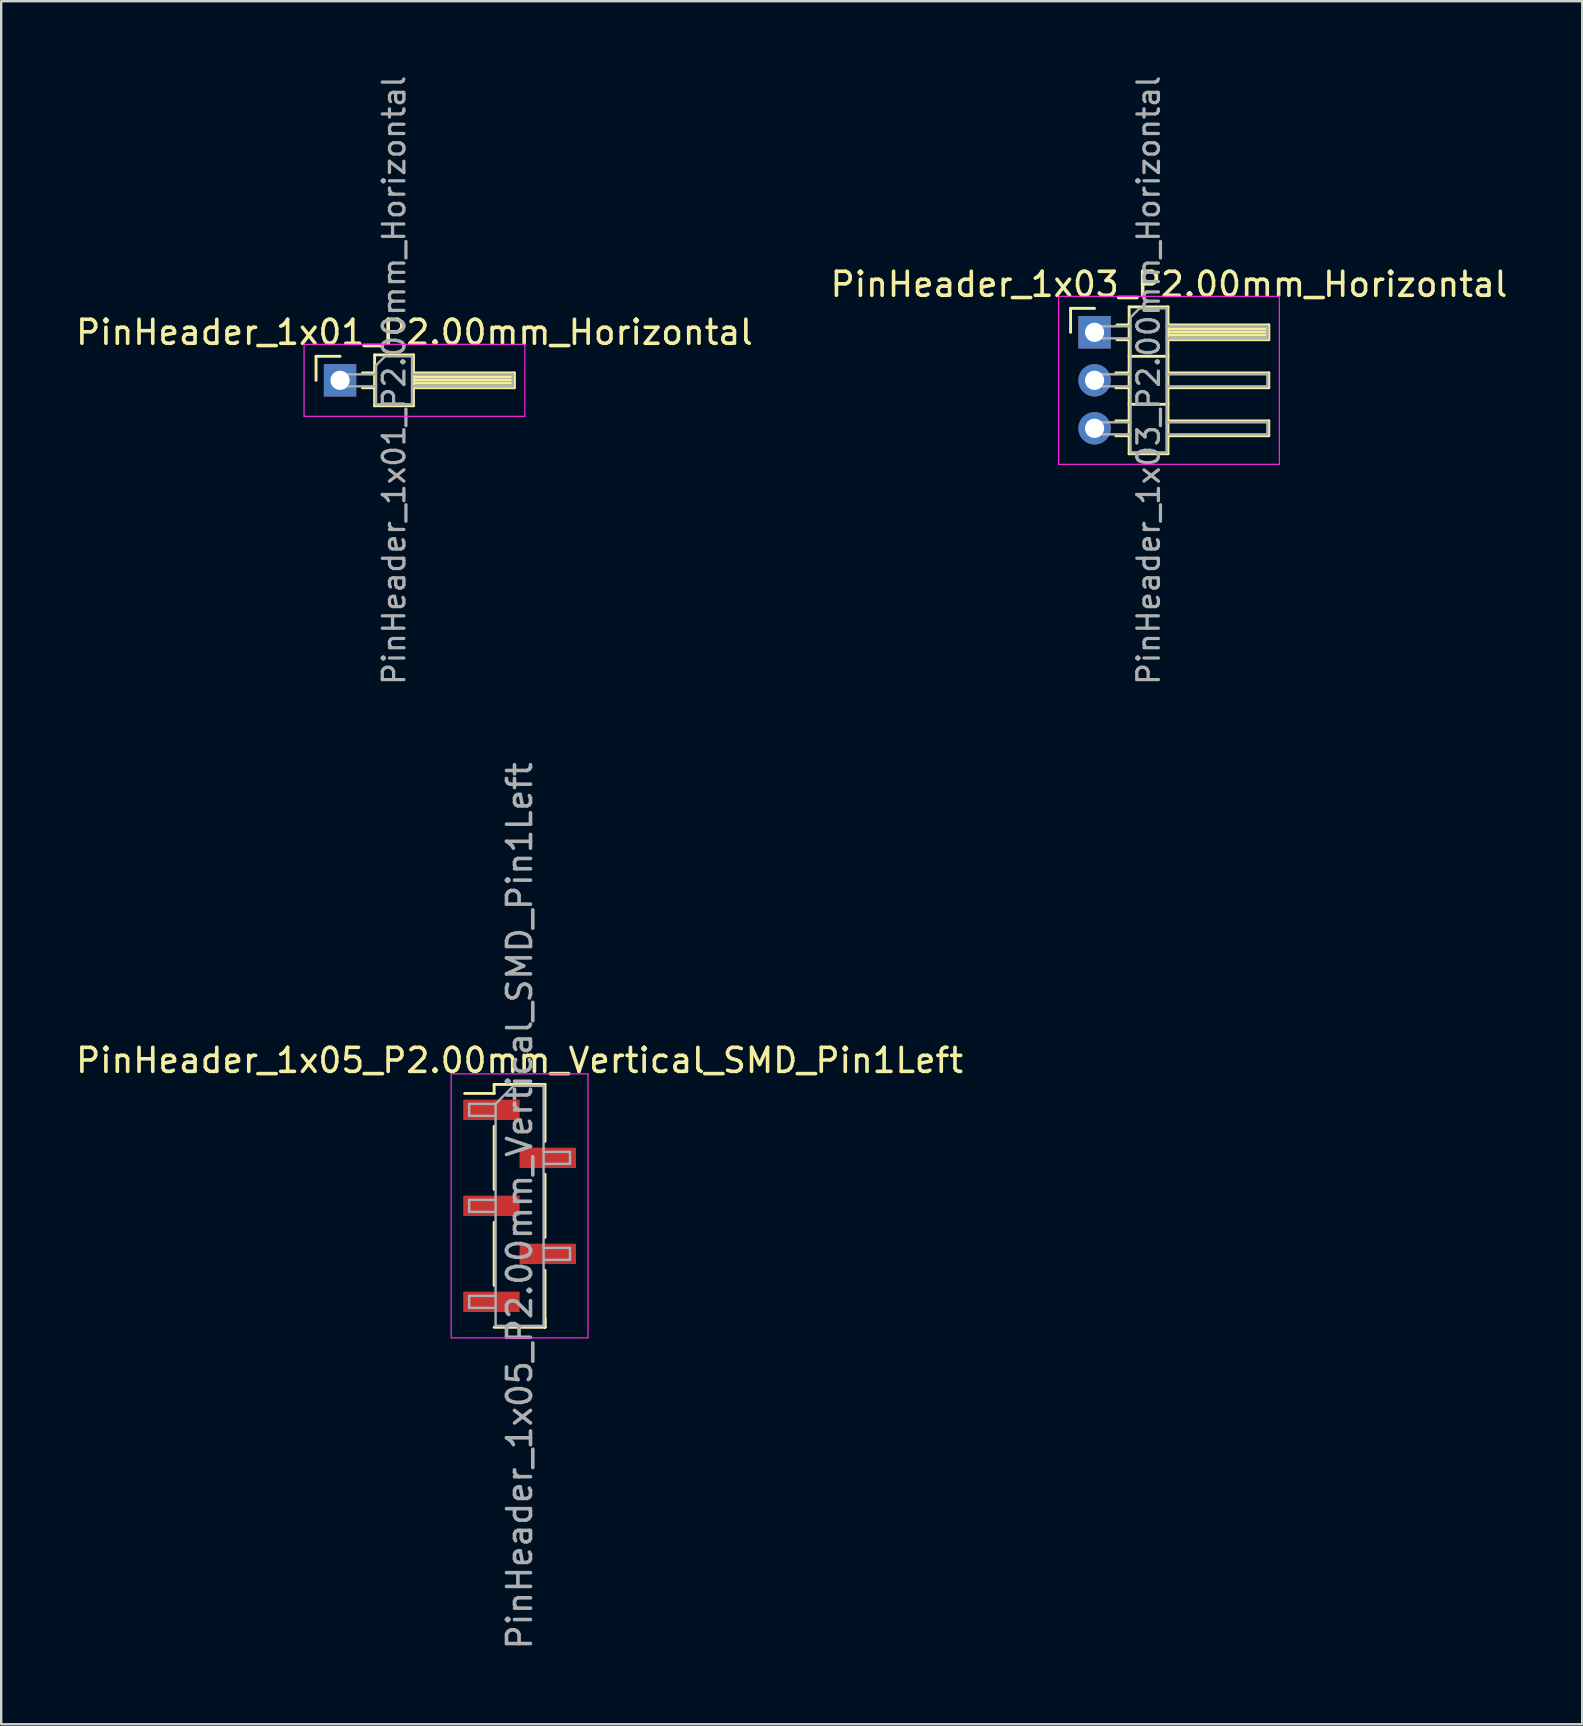
<source format=kicad_pcb>
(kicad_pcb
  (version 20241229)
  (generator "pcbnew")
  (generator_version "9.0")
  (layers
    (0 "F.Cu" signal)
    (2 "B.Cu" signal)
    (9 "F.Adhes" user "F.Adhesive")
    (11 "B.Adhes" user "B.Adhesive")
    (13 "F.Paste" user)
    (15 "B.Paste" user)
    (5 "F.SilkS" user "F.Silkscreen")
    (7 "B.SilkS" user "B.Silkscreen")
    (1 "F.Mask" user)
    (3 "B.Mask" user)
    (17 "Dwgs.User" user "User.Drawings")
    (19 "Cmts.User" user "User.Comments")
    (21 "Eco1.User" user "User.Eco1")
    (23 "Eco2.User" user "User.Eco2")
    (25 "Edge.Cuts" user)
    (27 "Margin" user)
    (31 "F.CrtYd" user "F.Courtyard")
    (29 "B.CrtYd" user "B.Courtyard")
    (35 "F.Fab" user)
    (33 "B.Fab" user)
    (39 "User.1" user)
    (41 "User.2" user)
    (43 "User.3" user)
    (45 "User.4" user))
  (footprint "PinHeader_1x01_P2.00mm_Horizontal"
    (layer "F.Cu")
    (at 11.12 12.798)
    (property "Reference" "PinHeader_1x01_P2.00mm_Horizontal" (at 3.1 -2 0) (layer "F.SilkS") (effects (font (size 1 1) (thickness 0.15))))
    (attr through_hole)
    (fp_line (start -1 -1) (end 0 -1) (stroke (width 0.12) (type solid)) (layer "F.SilkS"))
    (fp_line (start -1 0) (end -1 -1) (stroke (width 0.12) (type solid)) (layer "F.SilkS"))
    (fp_line (start 0.935 -0.31) (end 1.44 -0.31) (stroke (width 0.12) (type solid)) (layer "F.SilkS"))
    (fp_line (start 0.935 0.31) (end 1.44 0.31) (stroke (width 0.12) (type solid)) (layer "F.SilkS"))
    (fp_line (start 1.44 -1.06) (end 1.44 1.06) (stroke (width 0.12) (type solid)) (layer "F.SilkS"))
    (fp_line (start 1.44 1.06) (end 3.06 1.06) (stroke (width 0.12) (type solid)) (layer "F.SilkS"))
    (fp_line (start 3.06 -1.06) (end 1.44 -1.06) (stroke (width 0.12) (type solid)) (layer "F.SilkS"))
    (fp_line (start 3.06 -0.31) (end 7.26 -0.31) (stroke (width 0.12) (type solid)) (layer "F.SilkS"))
    (fp_line (start 3.06 -0.25) (end 7.26 -0.25) (stroke (width 0.12) (type solid)) (layer "F.SilkS"))
    (fp_line (start 3.06 -0.13) (end 7.26 -0.13) (stroke (width 0.12) (type solid)) (layer "F.SilkS"))
    (fp_line (start 3.06 -0.01) (end 7.26 -0.01) (stroke (width 0.12) (type solid)) (layer "F.SilkS"))
    (fp_line (start 3.06 0.11) (end 7.26 0.11) (stroke (width 0.12) (type solid)) (layer "F.SilkS"))
    (fp_line (start 3.06 0.23) (end 7.26 0.23) (stroke (width 0.12) (type solid)) (layer "F.SilkS"))
    (fp_line (start 3.06 1.06) (end 3.06 -1.06) (stroke (width 0.12) (type solid)) (layer "F.SilkS"))
    (fp_line (start 7.26 -0.31) (end 7.26 0.31) (stroke (width 0.12) (type solid)) (layer "F.SilkS"))
    (fp_line (start 7.26 0.31) (end 3.06 0.31) (stroke (width 0.12) (type solid)) (layer "F.SilkS"))
    (fp_line (start -1.5 -1.5) (end -1.5 1.5) (stroke (width 0.05) (type solid)) (layer "F.CrtYd"))
    (fp_line (start -1.5 1.5) (end 7.7 1.5) (stroke (width 0.05) (type solid)) (layer "F.CrtYd"))
    (fp_line (start 7.7 -1.5) (end -1.5 -1.5) (stroke (width 0.05) (type solid)) (layer "F.CrtYd"))
    (fp_line (start 7.7 1.5) (end 7.7 -1.5) (stroke (width 0.05) (type solid)) (layer "F.CrtYd"))
    (fp_line (start -0.25 -0.25) (end -0.25 0.25) (stroke (width 0.1) (type solid)) (layer "F.Fab"))
    (fp_line (start -0.25 -0.25) (end 1.5 -0.25) (stroke (width 0.1) (type solid)) (layer "F.Fab"))
    (fp_line (start -0.25 0.25) (end 1.5 0.25) (stroke (width 0.1) (type solid)) (layer "F.Fab"))
    (fp_line (start 1.5 -0.625) (end 1.875 -1) (stroke (width 0.1) (type solid)) (layer "F.Fab"))
    (fp_line (start 1.5 1) (end 1.5 -0.625) (stroke (width 0.1) (type solid)) (layer "F.Fab"))
    (fp_line (start 1.875 -1) (end 3 -1) (stroke (width 0.1) (type solid)) (layer "F.Fab"))
    (fp_line (start 3 -1) (end 3 1) (stroke (width 0.1) (type solid)) (layer "F.Fab"))
    (fp_line (start 3 -0.25) (end 7.2 -0.25) (stroke (width 0.1) (type solid)) (layer "F.Fab"))
    (fp_line (start 3 0.25) (end 7.2 0.25) (stroke (width 0.1) (type solid)) (layer "F.Fab"))
    (fp_line (start 3 1) (end 1.5 1) (stroke (width 0.1) (type solid)) (layer "F.Fab"))
    (fp_line (start 7.2 -0.25) (end 7.2 0.25) (stroke (width 0.1) (type solid)) (layer "F.Fab"))
    (fp_text user "${REFERENCE}" (at 2.25 0 90) (layer "F.Fab") (effects (font (size 0.9 0.9) (thickness 0.135))))
    (pad "1" thru_hole rect (at 0 0) (size 1.35 1.35) (drill 0.8) (layers "*.Cu" "*.Mask")))
  (footprint "PinHeader_1x05_P2.00mm_Vertical_SMD_Pin1Left"
    (layer "F.Cu")
    (at 18.601 47.198)
    (property "Reference" "PinHeader_1x05_P2.00mm_Vertical_SMD_Pin1Left" (at 0 -6.06 0) (layer "F.SilkS") (effects (font (size 1 1) (thickness 0.15))))
    (attr smd)
    (fp_line (start -1.06 -5.06) (end -1.06 -4.685) (stroke (width 0.12) (type solid)) (layer "F.SilkS"))
    (fp_line (start -1.06 -5.06) (end 1.06 -5.06) (stroke (width 0.12) (type solid)) (layer "F.SilkS"))
    (fp_line (start -1.06 -4.685) (end -2.29 -4.685) (stroke (width 0.12) (type solid)) (layer "F.SilkS"))
    (fp_line (start -1.06 -3.315) (end -1.06 -0.685) (stroke (width 0.12) (type solid)) (layer "F.SilkS"))
    (fp_line (start -1.06 0.685) (end -1.06 3.315) (stroke (width 0.12) (type solid)) (layer "F.SilkS"))
    (fp_line (start -1.06 5.06) (end 1.06 5.06) (stroke (width 0.12) (type solid)) (layer "F.SilkS"))
    (fp_line (start 1.06 -5.06) (end 1.06 -2.685) (stroke (width 0.12) (type solid)) (layer "F.SilkS"))
    (fp_line (start 1.06 -1.315) (end 1.06 1.315) (stroke (width 0.12) (type solid)) (layer "F.SilkS"))
    (fp_line (start 1.06 2.685) (end 1.06 5.06) (stroke (width 0.12) (type solid)) (layer "F.SilkS"))
    (fp_line (start 1.06 4.685) (end 1.06 5.06) (stroke (width 0.12) (type solid)) (layer "F.SilkS"))
    (fp_line (start -2.85 -5.5) (end -2.85 5.5) (stroke (width 0.05) (type solid)) (layer "F.CrtYd"))
    (fp_line (start -2.85 5.5) (end 2.85 5.5) (stroke (width 0.05) (type solid)) (layer "F.CrtYd"))
    (fp_line (start 2.85 -5.5) (end -2.85 -5.5) (stroke (width 0.05) (type solid)) (layer "F.CrtYd"))
    (fp_line (start 2.85 5.5) (end 2.85 -5.5) (stroke (width 0.05) (type solid)) (layer "F.CrtYd"))
    (fp_line (start -2.1 -4.25) (end -2.1 -3.75) (stroke (width 0.1) (type solid)) (layer "F.Fab"))
    (fp_line (start -2.1 -3.75) (end -1 -3.75) (stroke (width 0.1) (type solid)) (layer "F.Fab"))
    (fp_line (start -2.1 -0.25) (end -2.1 0.25) (stroke (width 0.1) (type solid)) (layer "F.Fab"))
    (fp_line (start -2.1 0.25) (end -1 0.25) (stroke (width 0.1) (type solid)) (layer "F.Fab"))
    (fp_line (start -2.1 3.75) (end -2.1 4.25) (stroke (width 0.1) (type solid)) (layer "F.Fab"))
    (fp_line (start -2.1 4.25) (end -1 4.25) (stroke (width 0.1) (type solid)) (layer "F.Fab"))
    (fp_line (start -1 -4.25) (end -2.1 -4.25) (stroke (width 0.1) (type solid)) (layer "F.Fab"))
    (fp_line (start -1 -4.25) (end -0.25 -5) (stroke (width 0.1) (type solid)) (layer "F.Fab"))
    (fp_line (start -1 -0.25) (end -2.1 -0.25) (stroke (width 0.1) (type solid)) (layer "F.Fab"))
    (fp_line (start -1 3.75) (end -2.1 3.75) (stroke (width 0.1) (type solid)) (layer "F.Fab"))
    (fp_line (start -1 5) (end -1 -4.25) (stroke (width 0.1) (type solid)) (layer "F.Fab"))
    (fp_line (start -0.25 -5) (end 1 -5) (stroke (width 0.1) (type solid)) (layer "F.Fab"))
    (fp_line (start 1 -5) (end 1 5) (stroke (width 0.1) (type solid)) (layer "F.Fab"))
    (fp_line (start 1 -2.25) (end 2.1 -2.25) (stroke (width 0.1) (type solid)) (layer "F.Fab"))
    (fp_line (start 1 1.75) (end 2.1 1.75) (stroke (width 0.1) (type solid)) (layer "F.Fab"))
    (fp_line (start 1 5) (end -1 5) (stroke (width 0.1) (type solid)) (layer "F.Fab"))
    (fp_line (start 2.1 -2.25) (end 2.1 -1.75) (stroke (width 0.1) (type solid)) (layer "F.Fab"))
    (fp_line (start 2.1 -1.75) (end 1 -1.75) (stroke (width 0.1) (type solid)) (layer "F.Fab"))
    (fp_line (start 2.1 1.75) (end 2.1 2.25) (stroke (width 0.1) (type solid)) (layer "F.Fab"))
    (fp_line (start 2.1 2.25) (end 1 2.25) (stroke (width 0.1) (type solid)) (layer "F.Fab"))
    (fp_text user "${REFERENCE}" (at 0 0 90) (layer "F.Fab") (effects (font (size 1 1) (thickness 0.15))))
    (pad "1" smd rect (at -1.175 -4) (size 2.35 0.85) (layers "F.Cu" "F.Mask" "F.Paste"))
    (pad "2" smd rect (at 1.175 -2) (size 2.35 0.85) (layers "F.Cu" "F.Mask" "F.Paste"))
    (pad "3" smd rect (at -1.175 0) (size 2.35 0.85) (layers "F.Cu" "F.Mask" "F.Paste"))
    (pad "4" smd rect (at 1.175 2) (size 2.35 0.85) (layers "F.Cu" "F.Mask" "F.Paste"))
    (pad "5" smd rect (at -1.175 4) (size 2.35 0.85) (layers "F.Cu" "F.Mask" "F.Paste")))
  (footprint "PinHeader_1x03_P2.00mm_Horizontal"
    (layer "F.Cu")
    (at 42.561 10.798)
    (property "Reference" "PinHeader_1x03_P2.00mm_Horizontal" (at 3.1 -2 0) (layer "F.SilkS") (effects (font (size 1 1) (thickness 0.15))))
    (attr through_hole)
    (fp_line (start -1 -1) (end 0 -1) (stroke (width 0.12) (type solid)) (layer "F.SilkS"))
    (fp_line (start -1 0) (end -1 -1) (stroke (width 0.12) (type solid)) (layer "F.SilkS"))
    (fp_line (start 0.882 1.69) (end 1.44 1.69) (stroke (width 0.12) (type solid)) (layer "F.SilkS"))
    (fp_line (start 0.882 2.31) (end 1.44 2.31) (stroke (width 0.12) (type solid)) (layer "F.SilkS"))
    (fp_line (start 0.882 3.69) (end 1.44 3.69) (stroke (width 0.12) (type solid)) (layer "F.SilkS"))
    (fp_line (start 0.882 4.31) (end 1.44 4.31) (stroke (width 0.12) (type solid)) (layer "F.SilkS"))
    (fp_line (start 0.935 -0.31) (end 1.44 -0.31) (stroke (width 0.12) (type solid)) (layer "F.SilkS"))
    (fp_line (start 0.935 0.31) (end 1.44 0.31) (stroke (width 0.12) (type solid)) (layer "F.SilkS"))
    (fp_line (start 1.44 -1.06) (end 1.44 5.06) (stroke (width 0.12) (type solid)) (layer "F.SilkS"))
    (fp_line (start 1.44 1) (end 3.06 1) (stroke (width 0.12) (type solid)) (layer "F.SilkS"))
    (fp_line (start 1.44 3) (end 3.06 3) (stroke (width 0.12) (type solid)) (layer "F.SilkS"))
    (fp_line (start 1.44 5.06) (end 3.06 5.06) (stroke (width 0.12) (type solid)) (layer "F.SilkS"))
    (fp_line (start 3.06 -1.06) (end 1.44 -1.06) (stroke (width 0.12) (type solid)) (layer "F.SilkS"))
    (fp_line (start 3.06 -0.31) (end 7.26 -0.31) (stroke (width 0.12) (type solid)) (layer "F.SilkS"))
    (fp_line (start 3.06 -0.25) (end 7.26 -0.25) (stroke (width 0.12) (type solid)) (layer "F.SilkS"))
    (fp_line (start 3.06 -0.13) (end 7.26 -0.13) (stroke (width 0.12) (type solid)) (layer "F.SilkS"))
    (fp_line (start 3.06 -0.01) (end 7.26 -0.01) (stroke (width 0.12) (type solid)) (layer "F.SilkS"))
    (fp_line (start 3.06 0.11) (end 7.26 0.11) (stroke (width 0.12) (type solid)) (layer "F.SilkS"))
    (fp_line (start 3.06 0.23) (end 7.26 0.23) (stroke (width 0.12) (type solid)) (layer "F.SilkS"))
    (fp_line (start 3.06 1.69) (end 7.26 1.69) (stroke (width 0.12) (type solid)) (layer "F.SilkS"))
    (fp_line (start 3.06 3.69) (end 7.26 3.69) (stroke (width 0.12) (type solid)) (layer "F.SilkS"))
    (fp_line (start 3.06 5.06) (end 3.06 -1.06) (stroke (width 0.12) (type solid)) (layer "F.SilkS"))
    (fp_line (start 7.26 -0.31) (end 7.26 0.31) (stroke (width 0.12) (type solid)) (layer "F.SilkS"))
    (fp_line (start 7.26 0.31) (end 3.06 0.31) (stroke (width 0.12) (type solid)) (layer "F.SilkS"))
    (fp_line (start 7.26 1.69) (end 7.26 2.31) (stroke (width 0.12) (type solid)) (layer "F.SilkS"))
    (fp_line (start 7.26 2.31) (end 3.06 2.31) (stroke (width 0.12) (type solid)) (layer "F.SilkS"))
    (fp_line (start 7.26 3.69) (end 7.26 4.31) (stroke (width 0.12) (type solid)) (layer "F.SilkS"))
    (fp_line (start 7.26 4.31) (end 3.06 4.31) (stroke (width 0.12) (type solid)) (layer "F.SilkS"))
    (fp_line (start -1.5 -1.5) (end -1.5 5.5) (stroke (width 0.05) (type solid)) (layer "F.CrtYd"))
    (fp_line (start -1.5 5.5) (end 7.7 5.5) (stroke (width 0.05) (type solid)) (layer "F.CrtYd"))
    (fp_line (start 7.7 -1.5) (end -1.5 -1.5) (stroke (width 0.05) (type solid)) (layer "F.CrtYd"))
    (fp_line (start 7.7 5.5) (end 7.7 -1.5) (stroke (width 0.05) (type solid)) (layer "F.CrtYd"))
    (fp_line (start -0.25 -0.25) (end -0.25 0.25) (stroke (width 0.1) (type solid)) (layer "F.Fab"))
    (fp_line (start -0.25 -0.25) (end 1.5 -0.25) (stroke (width 0.1) (type solid)) (layer "F.Fab"))
    (fp_line (start -0.25 0.25) (end 1.5 0.25) (stroke (width 0.1) (type solid)) (layer "F.Fab"))
    (fp_line (start -0.25 1.75) (end -0.25 2.25) (stroke (width 0.1) (type solid)) (layer "F.Fab"))
    (fp_line (start -0.25 1.75) (end 1.5 1.75) (stroke (width 0.1) (type solid)) (layer "F.Fab"))
    (fp_line (start -0.25 2.25) (end 1.5 2.25) (stroke (width 0.1) (type solid)) (layer "F.Fab"))
    (fp_line (start -0.25 3.75) (end -0.25 4.25) (stroke (width 0.1) (type solid)) (layer "F.Fab"))
    (fp_line (start -0.25 3.75) (end 1.5 3.75) (stroke (width 0.1) (type solid)) (layer "F.Fab"))
    (fp_line (start -0.25 4.25) (end 1.5 4.25) (stroke (width 0.1) (type solid)) (layer "F.Fab"))
    (fp_line (start 1.5 -0.625) (end 1.875 -1) (stroke (width 0.1) (type solid)) (layer "F.Fab"))
    (fp_line (start 1.5 5) (end 1.5 -0.625) (stroke (width 0.1) (type solid)) (layer "F.Fab"))
    (fp_line (start 1.875 -1) (end 3 -1) (stroke (width 0.1) (type solid)) (layer "F.Fab"))
    (fp_line (start 3 -1) (end 3 5) (stroke (width 0.1) (type solid)) (layer "F.Fab"))
    (fp_line (start 3 -0.25) (end 7.2 -0.25) (stroke (width 0.1) (type solid)) (layer "F.Fab"))
    (fp_line (start 3 0.25) (end 7.2 0.25) (stroke (width 0.1) (type solid)) (layer "F.Fab"))
    (fp_line (start 3 1.75) (end 7.2 1.75) (stroke (width 0.1) (type solid)) (layer "F.Fab"))
    (fp_line (start 3 2.25) (end 7.2 2.25) (stroke (width 0.1) (type solid)) (layer "F.Fab"))
    (fp_line (start 3 3.75) (end 7.2 3.75) (stroke (width 0.1) (type solid)) (layer "F.Fab"))
    (fp_line (start 3 4.25) (end 7.2 4.25) (stroke (width 0.1) (type solid)) (layer "F.Fab"))
    (fp_line (start 3 5) (end 1.5 5) (stroke (width 0.1) (type solid)) (layer "F.Fab"))
    (fp_line (start 7.2 -0.25) (end 7.2 0.25) (stroke (width 0.1) (type solid)) (layer "F.Fab"))
    (fp_line (start 7.2 1.75) (end 7.2 2.25) (stroke (width 0.1) (type solid)) (layer "F.Fab"))
    (fp_line (start 7.2 3.75) (end 7.2 4.25) (stroke (width 0.1) (type solid)) (layer "F.Fab"))
    (fp_text user "${REFERENCE}" (at 2.25 2 90) (layer "F.Fab") (effects (font (size 0.9 0.9) (thickness 0.135))))
    (pad "1" thru_hole rect (at 0 0) (size 1.35 1.35) (drill 0.8) (layers "*.Cu" "*.Mask"))
    (pad "2" thru_hole oval (at 0 2) (size 1.35 1.35) (drill 0.8) (layers "*.Cu" "*.Mask"))
    (pad "3" thru_hole oval (at 0 4) (size 1.35 1.35) (drill 0.8) (layers "*.Cu" "*.Mask")))
  (gr_rect
    (start -3 -3)
    (end 62.881 68.799)
    (stroke (width 0.1) (type default))
    (fill no)
    (layer "Edge.Cuts")))
</source>
